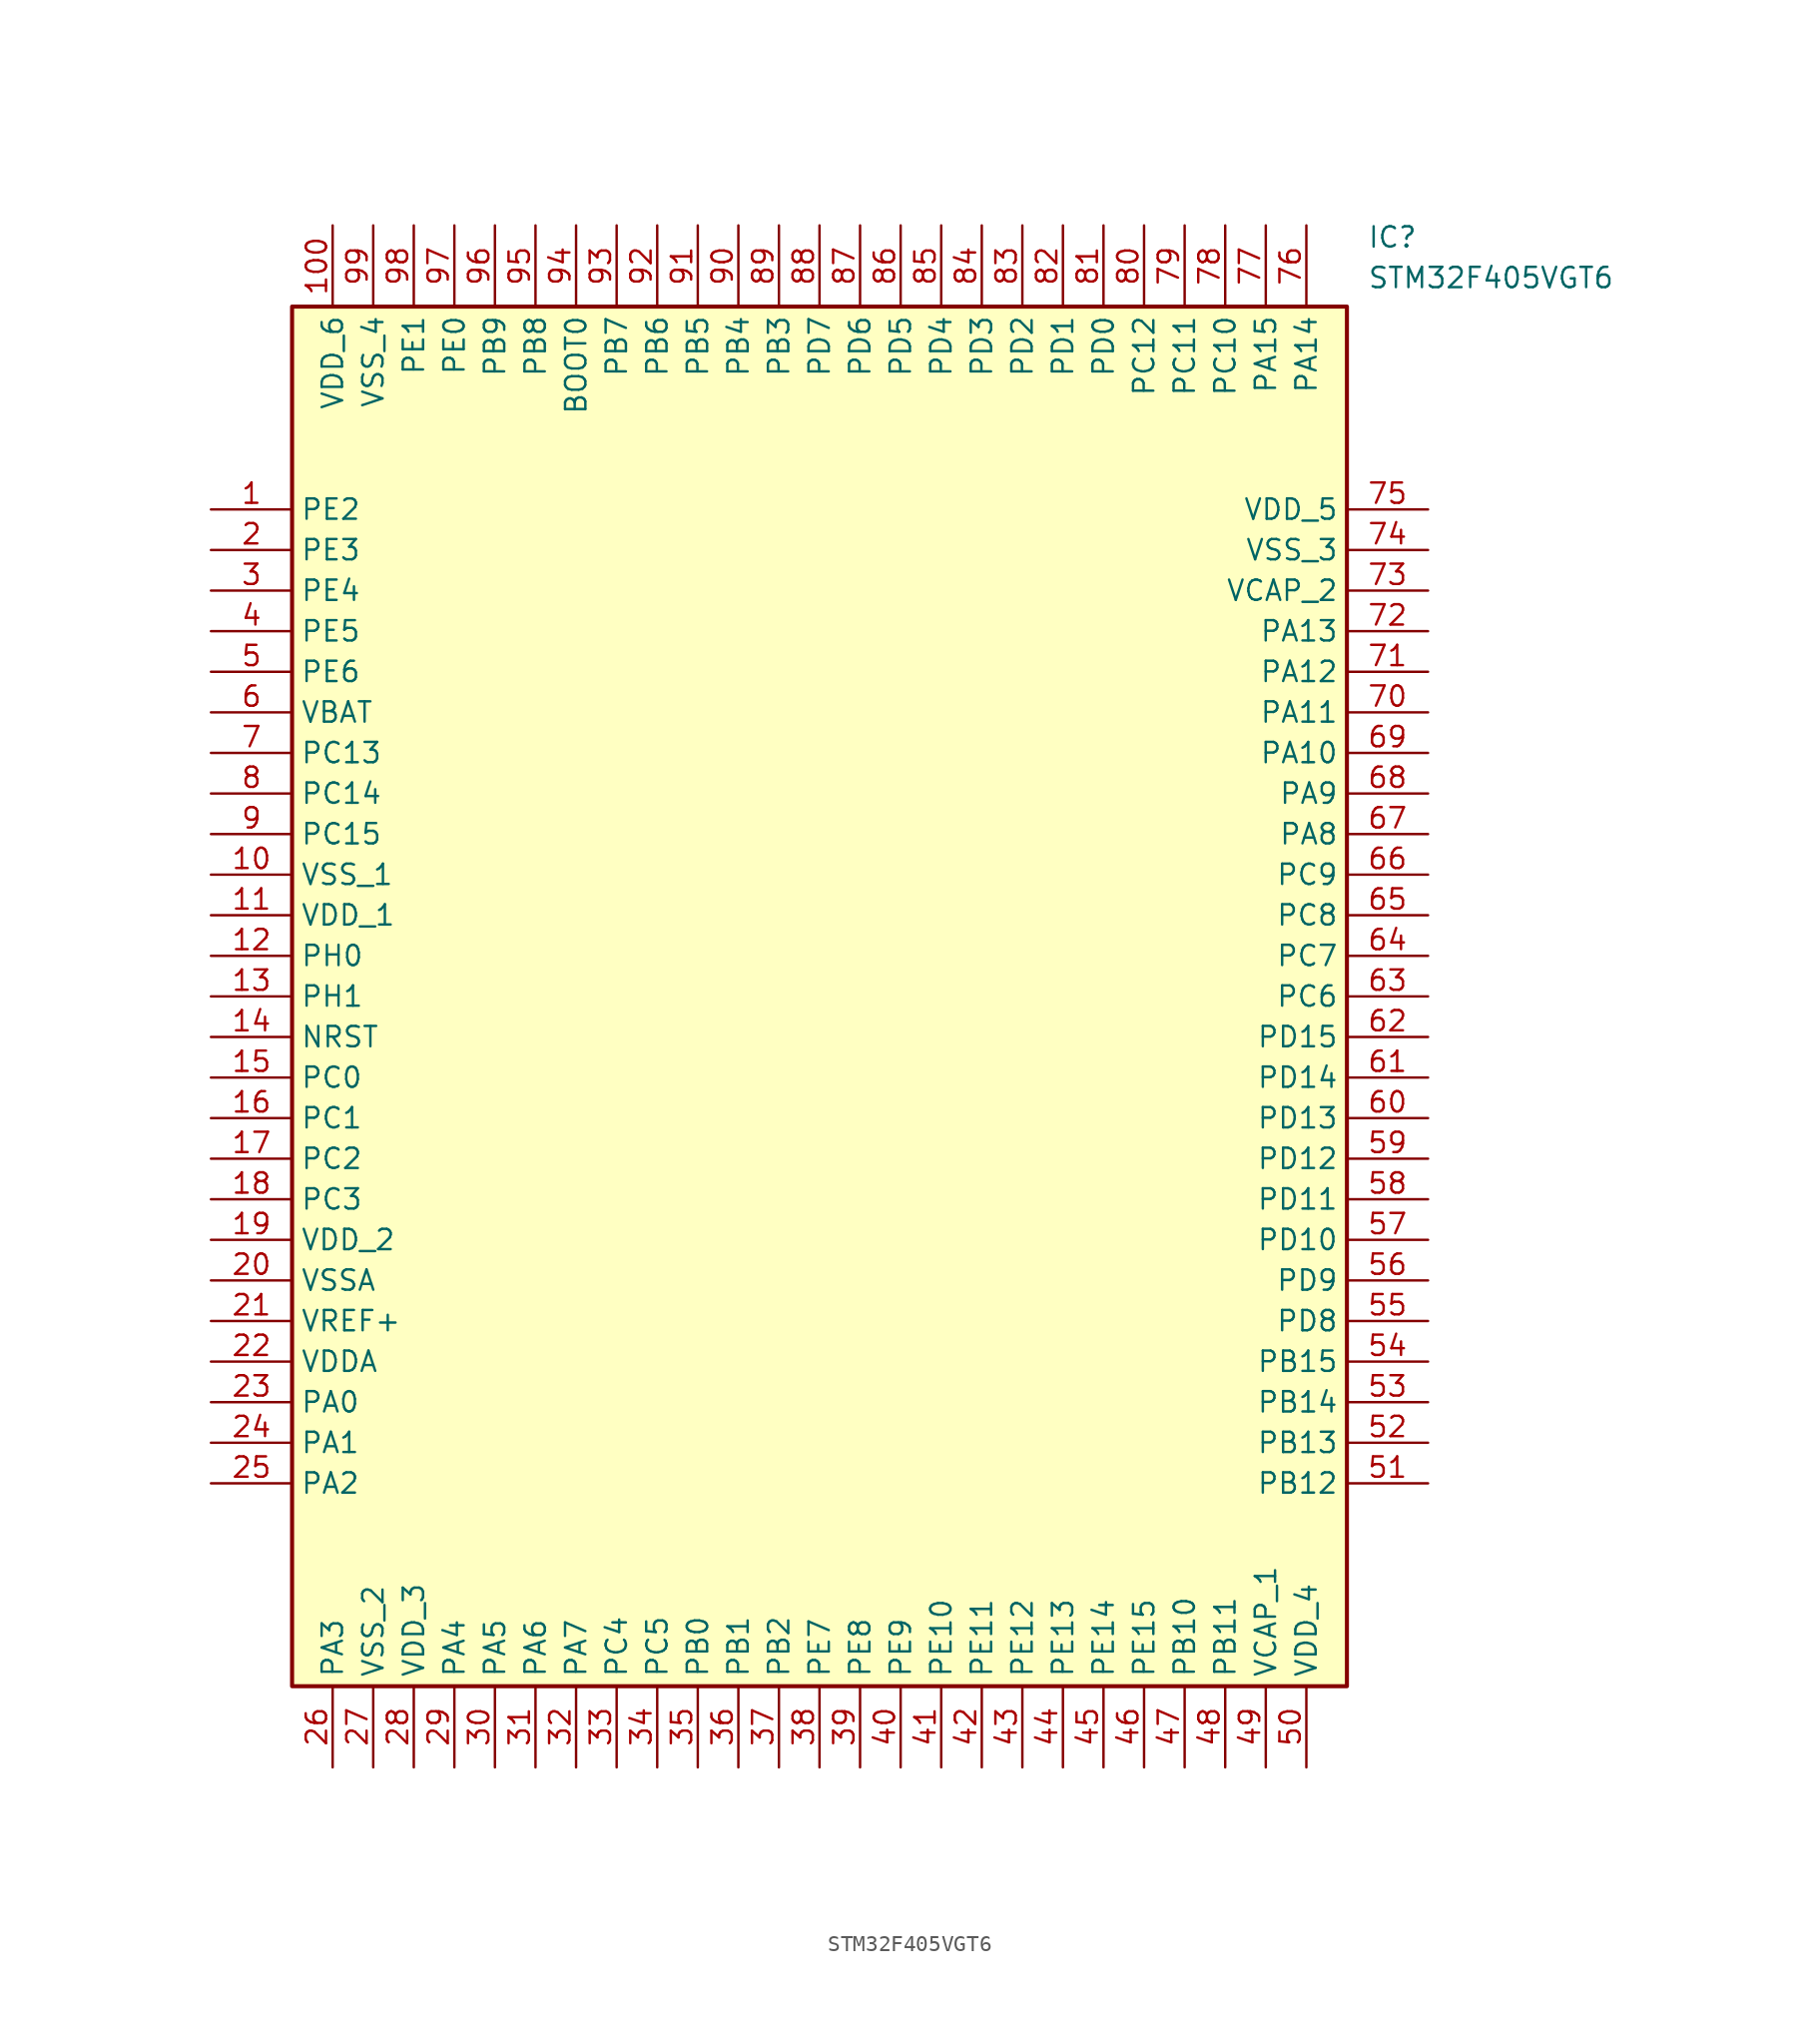
<source format=kicad_sym>
(kicad_symbol_lib
  (version 20211014)
  (generator SamacSys_ECAD_Model)
  (symbol "STM32F405VGT6"
    (property "Reference" "IC"
      (at 72.39 17.78 0)
      (effects (font (size 1.27 1.27)) (justify left top)))
    (property "Value" "STM32F405VGT6"
      (at 72.39 15.24 0)
      (effects (font (size 1.27 1.27)) (justify left top)))
    (rectangle
      (start 5.08 12.7)
      (end 71.12 -73.66)
      (stroke (width 0.254) (type default))
      (fill (type background)))
    (pin passive line
      (at 0 0 0)
      (length 5.08)
      (name "PE2" (effects (font (size 1.27 1.27))))
      (number "1" (effects (font (size 1.27 1.27)))))
    (pin passive line
      (at 0 -2.54 0)
      (length 5.08)
      (name "PE3" (effects (font (size 1.27 1.27))))
      (number "2" (effects (font (size 1.27 1.27)))))
    (pin passive line
      (at 0 -5.08 0)
      (length 5.08)
      (name "PE4" (effects (font (size 1.27 1.27))))
      (number "3" (effects (font (size 1.27 1.27)))))
    (pin passive line
      (at 0 -7.62 0)
      (length 5.08)
      (name "PE5" (effects (font (size 1.27 1.27))))
      (number "4" (effects (font (size 1.27 1.27)))))
    (pin passive line
      (at 0 -10.16 0)
      (length 5.08)
      (name "PE6" (effects (font (size 1.27 1.27))))
      (number "5" (effects (font (size 1.27 1.27)))))
    (pin passive line
      (at 0 -12.7 0)
      (length 5.08)
      (name "VBAT" (effects (font (size 1.27 1.27))))
      (number "6" (effects (font (size 1.27 1.27)))))
    (pin passive line
      (at 0 -15.24 0)
      (length 5.08)
      (name "PC13" (effects (font (size 1.27 1.27))))
      (number "7" (effects (font (size 1.27 1.27)))))
    (pin passive line
      (at 0 -17.78 0)
      (length 5.08)
      (name "PC14" (effects (font (size 1.27 1.27))))
      (number "8" (effects (font (size 1.27 1.27)))))
    (pin passive line
      (at 0 -20.32 0)
      (length 5.08)
      (name "PC15" (effects (font (size 1.27 1.27))))
      (number "9" (effects (font (size 1.27 1.27)))))
    (pin power_in line
      (at 0 -22.86 0)
      (length 5.08)
      (name "VSS_1" (effects (font (size 1.27 1.27))))
      (number "10" (effects (font (size 1.27 1.27)))))
    (pin power_in line
      (at 0 -25.4 0)
      (length 5.08)
      (name "VDD_1" (effects (font (size 1.27 1.27))))
      (number "11" (effects (font (size 1.27 1.27)))))
    (pin passive line
      (at 0 -27.94 0)
      (length 5.08)
      (name "PH0" (effects (font (size 1.27 1.27))))
      (number "12" (effects (font (size 1.27 1.27)))))
    (pin passive line
      (at 0 -30.48 0)
      (length 5.08)
      (name "PH1" (effects (font (size 1.27 1.27))))
      (number "13" (effects (font (size 1.27 1.27)))))
    (pin input line
      (at 0 -33.02 0)
      (length 5.08)
      (name "NRST" (effects (font (size 1.27 1.27))))
      (number "14" (effects (font (size 1.27 1.27)))))
    (pin passive line
      (at 0 -35.56 0)
      (length 5.08)
      (name "PC0" (effects (font (size 1.27 1.27))))
      (number "15" (effects (font (size 1.27 1.27)))))
    (pin passive line
      (at 0 -38.1 0)
      (length 5.08)
      (name "PC1" (effects (font (size 1.27 1.27))))
      (number "16" (effects (font (size 1.27 1.27)))))
    (pin passive line
      (at 0 -40.64 0)
      (length 5.08)
      (name "PC2" (effects (font (size 1.27 1.27))))
      (number "17" (effects (font (size 1.27 1.27)))))
    (pin passive line
      (at 0 -43.18 0)
      (length 5.08)
      (name "PC3" (effects (font (size 1.27 1.27))))
      (number "18" (effects (font (size 1.27 1.27)))))
    (pin power_in line
      (at 0 -45.72 0)
      (length 5.08)
      (name "VDD_2" (effects (font (size 1.27 1.27))))
      (number "19" (effects (font (size 1.27 1.27)))))
    (pin power_in line
      (at 0 -48.26 0)
      (length 5.08)
      (name "VSSA" (effects (font (size 1.27 1.27))))
      (number "20" (effects (font (size 1.27 1.27)))))
    (pin input line
      (at 0 -50.8 0)
      (length 5.08)
      (name "VREF+" (effects (font (size 1.27 1.27))))
      (number "21" (effects (font (size 1.27 1.27)))))
    (pin power_in line
      (at 0 -53.34 0)
      (length 5.08)
      (name "VDDA" (effects (font (size 1.27 1.27))))
      (number "22" (effects (font (size 1.27 1.27)))))
    (pin passive line
      (at 0 -55.88 0)
      (length 5.08)
      (name "PA0" (effects (font (size 1.27 1.27))))
      (number "23" (effects (font (size 1.27 1.27)))))
    (pin passive line
      (at 0 -58.42 0)
      (length 5.08)
      (name "PA1" (effects (font (size 1.27 1.27))))
      (number "24" (effects (font (size 1.27 1.27)))))
    (pin passive line
      (at 0 -60.96 0)
      (length 5.08)
      (name "PA2" (effects (font (size 1.27 1.27))))
      (number "25" (effects (font (size 1.27 1.27)))))
    (pin passive line
      (at 7.62 -78.74 90)
      (length 5.08)
      (name "PA3" (effects (font (size 1.27 1.27))))
      (number "26" (effects (font (size 1.27 1.27)))))
    (pin power_in line
      (at 10.16 -78.74 90)
      (length 5.08)
      (name "VSS_2" (effects (font (size 1.27 1.27))))
      (number "27" (effects (font (size 1.27 1.27)))))
    (pin power_in line
      (at 12.7 -78.74 90)
      (length 5.08)
      (name "VDD_3" (effects (font (size 1.27 1.27))))
      (number "28" (effects (font (size 1.27 1.27)))))
    (pin passive line
      (at 15.24 -78.74 90)
      (length 5.08)
      (name "PA4" (effects (font (size 1.27 1.27))))
      (number "29" (effects (font (size 1.27 1.27)))))
    (pin passive line
      (at 17.78 -78.74 90)
      (length 5.08)
      (name "PA5" (effects (font (size 1.27 1.27))))
      (number "30" (effects (font (size 1.27 1.27)))))
    (pin passive line
      (at 20.32 -78.74 90)
      (length 5.08)
      (name "PA6" (effects (font (size 1.27 1.27))))
      (number "31" (effects (font (size 1.27 1.27)))))
    (pin passive line
      (at 22.86 -78.74 90)
      (length 5.08)
      (name "PA7" (effects (font (size 1.27 1.27))))
      (number "32" (effects (font (size 1.27 1.27)))))
    (pin passive line
      (at 25.4 -78.74 90)
      (length 5.08)
      (name "PC4" (effects (font (size 1.27 1.27))))
      (number "33" (effects (font (size 1.27 1.27)))))
    (pin passive line
      (at 27.94 -78.74 90)
      (length 5.08)
      (name "PC5" (effects (font (size 1.27 1.27))))
      (number "34" (effects (font (size 1.27 1.27)))))
    (pin passive line
      (at 30.48 -78.74 90)
      (length 5.08)
      (name "PB0" (effects (font (size 1.27 1.27))))
      (number "35" (effects (font (size 1.27 1.27)))))
    (pin passive line
      (at 33.02 -78.74 90)
      (length 5.08)
      (name "PB1" (effects (font (size 1.27 1.27))))
      (number "36" (effects (font (size 1.27 1.27)))))
    (pin passive line
      (at 35.56 -78.74 90)
      (length 5.08)
      (name "PB2" (effects (font (size 1.27 1.27))))
      (number "37" (effects (font (size 1.27 1.27)))))
    (pin passive line
      (at 38.1 -78.74 90)
      (length 5.08)
      (name "PE7" (effects (font (size 1.27 1.27))))
      (number "38" (effects (font (size 1.27 1.27)))))
    (pin passive line
      (at 40.64 -78.74 90)
      (length 5.08)
      (name "PE8" (effects (font (size 1.27 1.27))))
      (number "39" (effects (font (size 1.27 1.27)))))
    (pin passive line
      (at 43.18 -78.74 90)
      (length 5.08)
      (name "PE9" (effects (font (size 1.27 1.27))))
      (number "40" (effects (font (size 1.27 1.27)))))
    (pin passive line
      (at 45.72 -78.74 90)
      (length 5.08)
      (name "PE10" (effects (font (size 1.27 1.27))))
      (number "41" (effects (font (size 1.27 1.27)))))
    (pin passive line
      (at 48.26 -78.74 90)
      (length 5.08)
      (name "PE11" (effects (font (size 1.27 1.27))))
      (number "42" (effects (font (size 1.27 1.27)))))
    (pin passive line
      (at 50.8 -78.74 90)
      (length 5.08)
      (name "PE12" (effects (font (size 1.27 1.27))))
      (number "43" (effects (font (size 1.27 1.27)))))
    (pin passive line
      (at 53.34 -78.74 90)
      (length 5.08)
      (name "PE13" (effects (font (size 1.27 1.27))))
      (number "44" (effects (font (size 1.27 1.27)))))
    (pin passive line
      (at 55.88 -78.74 90)
      (length 5.08)
      (name "PE14" (effects (font (size 1.27 1.27))))
      (number "45" (effects (font (size 1.27 1.27)))))
    (pin passive line
      (at 58.42 -78.74 90)
      (length 5.08)
      (name "PE15" (effects (font (size 1.27 1.27))))
      (number "46" (effects (font (size 1.27 1.27)))))
    (pin passive line
      (at 60.96 -78.74 90)
      (length 5.08)
      (name "PB10" (effects (font (size 1.27 1.27))))
      (number "47" (effects (font (size 1.27 1.27)))))
    (pin passive line
      (at 63.5 -78.74 90)
      (length 5.08)
      (name "PB11" (effects (font (size 1.27 1.27))))
      (number "48" (effects (font (size 1.27 1.27)))))
    (pin passive line
      (at 66.04 -78.74 90)
      (length 5.08)
      (name "VCAP_1" (effects (font (size 1.27 1.27))))
      (number "49" (effects (font (size 1.27 1.27)))))
    (pin power_in line
      (at 68.58 -78.74 90)
      (length 5.08)
      (name "VDD_4" (effects (font (size 1.27 1.27))))
      (number "50" (effects (font (size 1.27 1.27)))))
    (pin power_in line
      (at 76.2 0 180)
      (length 5.08)
      (name "VDD_5" (effects (font (size 1.27 1.27))))
      (number "75" (effects (font (size 1.27 1.27)))))
    (pin power_in line
      (at 76.2 -2.54 180)
      (length 5.08)
      (name "VSS_3" (effects (font (size 1.27 1.27))))
      (number "74" (effects (font (size 1.27 1.27)))))
    (pin passive line
      (at 76.2 -5.08 180)
      (length 5.08)
      (name "VCAP_2" (effects (font (size 1.27 1.27))))
      (number "73" (effects (font (size 1.27 1.27)))))
    (pin passive line
      (at 76.2 -7.62 180)
      (length 5.08)
      (name "PA13" (effects (font (size 1.27 1.27))))
      (number "72" (effects (font (size 1.27 1.27)))))
    (pin passive line
      (at 76.2 -10.16 180)
      (length 5.08)
      (name "PA12" (effects (font (size 1.27 1.27))))
      (number "71" (effects (font (size 1.27 1.27)))))
    (pin passive line
      (at 76.2 -12.7 180)
      (length 5.08)
      (name "PA11" (effects (font (size 1.27 1.27))))
      (number "70" (effects (font (size 1.27 1.27)))))
    (pin passive line
      (at 76.2 -15.24 180)
      (length 5.08)
      (name "PA10" (effects (font (size 1.27 1.27))))
      (number "69" (effects (font (size 1.27 1.27)))))
    (pin passive line
      (at 76.2 -17.78 180)
      (length 5.08)
      (name "PA9" (effects (font (size 1.27 1.27))))
      (number "68" (effects (font (size 1.27 1.27)))))
    (pin passive line
      (at 76.2 -20.32 180)
      (length 5.08)
      (name "PA8" (effects (font (size 1.27 1.27))))
      (number "67" (effects (font (size 1.27 1.27)))))
    (pin passive line
      (at 76.2 -22.86 180)
      (length 5.08)
      (name "PC9" (effects (font (size 1.27 1.27))))
      (number "66" (effects (font (size 1.27 1.27)))))
    (pin passive line
      (at 76.2 -25.4 180)
      (length 5.08)
      (name "PC8" (effects (font (size 1.27 1.27))))
      (number "65" (effects (font (size 1.27 1.27)))))
    (pin passive line
      (at 76.2 -27.94 180)
      (length 5.08)
      (name "PC7" (effects (font (size 1.27 1.27))))
      (number "64" (effects (font (size 1.27 1.27)))))
    (pin passive line
      (at 76.2 -30.48 180)
      (length 5.08)
      (name "PC6" (effects (font (size 1.27 1.27))))
      (number "63" (effects (font (size 1.27 1.27)))))
    (pin passive line
      (at 76.2 -33.02 180)
      (length 5.08)
      (name "PD15" (effects (font (size 1.27 1.27))))
      (number "62" (effects (font (size 1.27 1.27)))))
    (pin passive line
      (at 76.2 -35.56 180)
      (length 5.08)
      (name "PD14" (effects (font (size 1.27 1.27))))
      (number "61" (effects (font (size 1.27 1.27)))))
    (pin passive line
      (at 76.2 -38.1 180)
      (length 5.08)
      (name "PD13" (effects (font (size 1.27 1.27))))
      (number "60" (effects (font (size 1.27 1.27)))))
    (pin passive line
      (at 76.2 -40.64 180)
      (length 5.08)
      (name "PD12" (effects (font (size 1.27 1.27))))
      (number "59" (effects (font (size 1.27 1.27)))))
    (pin passive line
      (at 76.2 -43.18 180)
      (length 5.08)
      (name "PD11" (effects (font (size 1.27 1.27))))
      (number "58" (effects (font (size 1.27 1.27)))))
    (pin passive line
      (at 76.2 -45.72 180)
      (length 5.08)
      (name "PD10" (effects (font (size 1.27 1.27))))
      (number "57" (effects (font (size 1.27 1.27)))))
    (pin passive line
      (at 76.2 -48.26 180)
      (length 5.08)
      (name "PD9" (effects (font (size 1.27 1.27))))
      (number "56" (effects (font (size 1.27 1.27)))))
    (pin passive line
      (at 76.2 -50.8 180)
      (length 5.08)
      (name "PD8" (effects (font (size 1.27 1.27))))
      (number "55" (effects (font (size 1.27 1.27)))))
    (pin passive line
      (at 76.2 -53.34 180)
      (length 5.08)
      (name "PB15" (effects (font (size 1.27 1.27))))
      (number "54" (effects (font (size 1.27 1.27)))))
    (pin passive line
      (at 76.2 -55.88 180)
      (length 5.08)
      (name "PB14" (effects (font (size 1.27 1.27))))
      (number "53" (effects (font (size 1.27 1.27)))))
    (pin passive line
      (at 76.2 -58.42 180)
      (length 5.08)
      (name "PB13" (effects (font (size 1.27 1.27))))
      (number "52" (effects (font (size 1.27 1.27)))))
    (pin passive line
      (at 76.2 -60.96 180)
      (length 5.08)
      (name "PB12" (effects (font (size 1.27 1.27))))
      (number "51" (effects (font (size 1.27 1.27)))))
    (pin power_in line
      (at 7.62 17.78 270)
      (length 5.08)
      (name "VDD_6" (effects (font (size 1.27 1.27))))
      (number "100" (effects (font (size 1.27 1.27)))))
    (pin power_in line
      (at 10.16 17.78 270)
      (length 5.08)
      (name "VSS_4" (effects (font (size 1.27 1.27))))
      (number "99" (effects (font (size 1.27 1.27)))))
    (pin passive line
      (at 12.7 17.78 270)
      (length 5.08)
      (name "PE1" (effects (font (size 1.27 1.27))))
      (number "98" (effects (font (size 1.27 1.27)))))
    (pin passive line
      (at 15.24 17.78 270)
      (length 5.08)
      (name "PE0" (effects (font (size 1.27 1.27))))
      (number "97" (effects (font (size 1.27 1.27)))))
    (pin passive line
      (at 17.78 17.78 270)
      (length 5.08)
      (name "PB9" (effects (font (size 1.27 1.27))))
      (number "96" (effects (font (size 1.27 1.27)))))
    (pin passive line
      (at 20.32 17.78 270)
      (length 5.08)
      (name "PB8" (effects (font (size 1.27 1.27))))
      (number "95" (effects (font (size 1.27 1.27)))))
    (pin passive line
      (at 22.86 17.78 270)
      (length 5.08)
      (name "BOOT0" (effects (font (size 1.27 1.27))))
      (number "94" (effects (font (size 1.27 1.27)))))
    (pin passive line
      (at 25.4 17.78 270)
      (length 5.08)
      (name "PB7" (effects (font (size 1.27 1.27))))
      (number "93" (effects (font (size 1.27 1.27)))))
    (pin passive line
      (at 27.94 17.78 270)
      (length 5.08)
      (name "PB6" (effects (font (size 1.27 1.27))))
      (number "92" (effects (font (size 1.27 1.27)))))
    (pin passive line
      (at 30.48 17.78 270)
      (length 5.08)
      (name "PB5" (effects (font (size 1.27 1.27))))
      (number "91" (effects (font (size 1.27 1.27)))))
    (pin passive line
      (at 33.02 17.78 270)
      (length 5.08)
      (name "PB4" (effects (font (size 1.27 1.27))))
      (number "90" (effects (font (size 1.27 1.27)))))
    (pin passive line
      (at 35.56 17.78 270)
      (length 5.08)
      (name "PB3" (effects (font (size 1.27 1.27))))
      (number "89" (effects (font (size 1.27 1.27)))))
    (pin passive line
      (at 38.1 17.78 270)
      (length 5.08)
      (name "PD7" (effects (font (size 1.27 1.27))))
      (number "88" (effects (font (size 1.27 1.27)))))
    (pin passive line
      (at 40.64 17.78 270)
      (length 5.08)
      (name "PD6" (effects (font (size 1.27 1.27))))
      (number "87" (effects (font (size 1.27 1.27)))))
    (pin passive line
      (at 43.18 17.78 270)
      (length 5.08)
      (name "PD5" (effects (font (size 1.27 1.27))))
      (number "86" (effects (font (size 1.27 1.27)))))
    (pin passive line
      (at 45.72 17.78 270)
      (length 5.08)
      (name "PD4" (effects (font (size 1.27 1.27))))
      (number "85" (effects (font (size 1.27 1.27)))))
    (pin passive line
      (at 48.26 17.78 270)
      (length 5.08)
      (name "PD3" (effects (font (size 1.27 1.27))))
      (number "84" (effects (font (size 1.27 1.27)))))
    (pin passive line
      (at 50.8 17.78 270)
      (length 5.08)
      (name "PD2" (effects (font (size 1.27 1.27))))
      (number "83" (effects (font (size 1.27 1.27)))))
    (pin passive line
      (at 53.34 17.78 270)
      (length 5.08)
      (name "PD1" (effects (font (size 1.27 1.27))))
      (number "82" (effects (font (size 1.27 1.27)))))
    (pin passive line
      (at 55.88 17.78 270)
      (length 5.08)
      (name "PD0" (effects (font (size 1.27 1.27))))
      (number "81" (effects (font (size 1.27 1.27)))))
    (pin passive line
      (at 58.42 17.78 270)
      (length 5.08)
      (name "PC12" (effects (font (size 1.27 1.27))))
      (number "80" (effects (font (size 1.27 1.27)))))
    (pin passive line
      (at 60.96 17.78 270)
      (length 5.08)
      (name "PC11" (effects (font (size 1.27 1.27))))
      (number "79" (effects (font (size 1.27 1.27)))))
    (pin passive line
      (at 63.5 17.78 270)
      (length 5.08)
      (name "PC10" (effects (font (size 1.27 1.27))))
      (number "78" (effects (font (size 1.27 1.27)))))
    (pin passive line
      (at 66.04 17.78 270)
      (length 5.08)
      (name "PA15" (effects (font (size 1.27 1.27))))
      (number "77" (effects (font (size 1.27 1.27)))))
    (pin passive line
      (at 68.58 17.78 270)
      (length 5.08)
      (name "PA14" (effects (font (size 1.27 1.27))))
      (number "76" (effects (font (size 1.27 1.27)))))))
</source>
